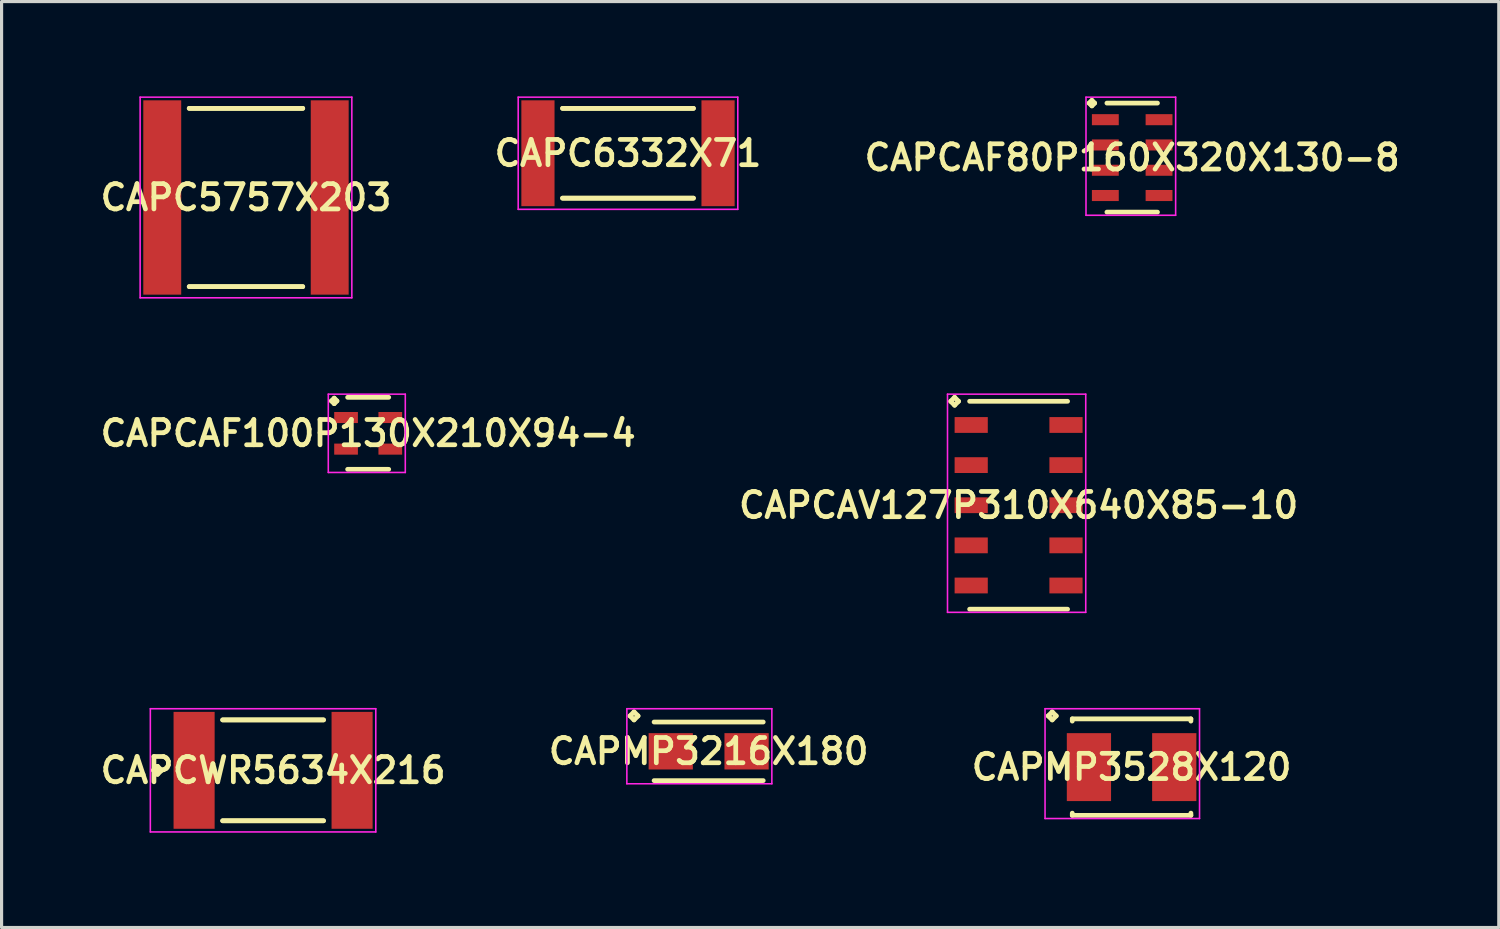
<source format=kicad_pcb>
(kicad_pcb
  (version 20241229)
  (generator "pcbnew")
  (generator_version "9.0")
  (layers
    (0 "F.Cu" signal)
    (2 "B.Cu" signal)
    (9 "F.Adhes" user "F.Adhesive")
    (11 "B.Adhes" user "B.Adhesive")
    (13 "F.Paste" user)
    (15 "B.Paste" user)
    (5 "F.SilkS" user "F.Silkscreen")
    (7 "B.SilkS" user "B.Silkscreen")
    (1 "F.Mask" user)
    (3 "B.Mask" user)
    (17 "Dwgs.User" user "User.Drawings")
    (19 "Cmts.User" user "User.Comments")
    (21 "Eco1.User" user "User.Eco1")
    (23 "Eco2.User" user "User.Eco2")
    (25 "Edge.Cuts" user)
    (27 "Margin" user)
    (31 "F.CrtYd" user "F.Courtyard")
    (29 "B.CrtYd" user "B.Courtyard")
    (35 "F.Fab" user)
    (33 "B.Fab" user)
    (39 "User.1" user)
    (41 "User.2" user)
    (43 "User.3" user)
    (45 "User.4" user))
  (footprint "CAPC5757X203"
    (layer "F.Cu")
    (at 4.735 3.2)
    (property "Reference" "CAPC5757X203" (at 0 0 0) (layer "F.SilkS") (effects (font (size 0.8 0.8) (thickness 0.15))))
    (attr smd)
    (fp_line (start -1.796 -2.821) (end 1.796 -2.821) (stroke (width 0.15) (type solid)) (layer "F.SilkS"))
    (fp_line (start -1.796 2.821) (end 1.796 2.821) (stroke (width 0.15) (type solid)) (layer "F.SilkS"))
    (fp_line (start 1.796 -2.821) (end -1.796 -2.821) (stroke (width 0.15) (type solid)) (layer "F.SilkS"))
    (fp_line (start 1.796 2.821) (end -1.796 2.821) (stroke (width 0.15) (type solid)) (layer "F.SilkS"))
    (fp_line (start -3.35 -3.175) (end 3.35 -3.175) (stroke (width 0.05) (type solid)) (layer "F.CrtYd"))
    (fp_line (start -3.35 3.175) (end -3.35 -3.175) (stroke (width 0.05) (type solid)) (layer "F.CrtYd"))
    (fp_line (start 3.35 -3.175) (end 3.35 3.175) (stroke (width 0.05) (type solid)) (layer "F.CrtYd"))
    (fp_line (start 3.35 3.175) (end -3.35 3.175) (stroke (width 0.05) (type solid)) (layer "F.CrtYd"))
    (pad "1" smd rect (at -2.65 0) (size 1.2 6.15) (layers "F.Cu" "F.Mask" "F.Paste"))
    (pad "2" smd rect (at 2.65 0) (size 1.2 6.15) (layers "F.Cu" "F.Mask" "F.Paste")))
  (footprint "CAPCAF100P130X210X94-4"
    (layer "F.Cu")
    (at 8.602 10.664)
    (property "Reference" "CAPCAF100P130X210X94-4" (at 0 0 0) (layer "F.SilkS") (effects (font (size 0.8 0.8) (thickness 0.15))))
    (attr smd)
    (fp_line (start -1.163 -1.025) (end -1.075 -1.113) (stroke (width 0.15) (type solid)) (layer "F.SilkS"))
    (fp_line (start -1.075 -1.113) (end -0.988 -1.025) (stroke (width 0.15) (type solid)) (layer "F.SilkS"))
    (fp_line (start -1.075 -0.938) (end -1.163 -1.025) (stroke (width 0.15) (type solid)) (layer "F.SilkS"))
    (fp_line (start -0.988 -1.025) (end -1.075 -0.938) (stroke (width 0.15) (type solid)) (layer "F.SilkS"))
    (fp_line (start -0.65 -1.139) (end 0.65 -1.139) (stroke (width 0.15) (type solid)) (layer "F.SilkS"))
    (fp_line (start -0.65 1.139) (end 0.65 1.139) (stroke (width 0.15) (type solid)) (layer "F.SilkS"))
    (fp_line (start -1.262 -1.239) (end 1.175 -1.239) (stroke (width 0.05) (type solid)) (layer "F.CrtYd"))
    (fp_line (start -1.262 1.239) (end -1.262 -1.239) (stroke (width 0.05) (type solid)) (layer "F.CrtYd"))
    (fp_line (start 1.175 -1.239) (end 1.175 1.239) (stroke (width 0.05) (type solid)) (layer "F.CrtYd"))
    (fp_line (start 1.175 1.239) (end -1.262 1.239) (stroke (width 0.05) (type solid)) (layer "F.CrtYd"))
    (pad "1" smd rect (at -0.7 -0.5) (size 0.75 0.35) (layers "F.Cu" "F.Mask" "F.Paste"))
    (pad "2" smd rect (at -0.7 0.5) (size 0.75 0.35) (layers "F.Cu" "F.Mask" "F.Paste"))
    (pad "3" smd rect (at 0.7 0.5) (size 0.75 0.35) (layers "F.Cu" "F.Mask" "F.Paste"))
    (pad "4" smd rect (at 0.7 -0.5) (size 0.75 0.35) (layers "F.Cu" "F.Mask" "F.Paste")))
  (footprint "CAPCWR5634X216"
    (layer "F.Cu")
    (at 5.593 21.33)
    (property "Reference" "CAPCWR5634X216" (at 0 0 0) (layer "F.SilkS") (effects (font (size 0.8 0.8) (thickness 0.15))))
    (attr smd)
    (fp_line (start -3.785 0) (end -3.658 -0.127) (stroke (width 0.15) (type solid)) (layer "F.SilkS"))
    (fp_line (start -3.658 -0.127) (end -3.531 0) (stroke (width 0.15) (type solid)) (layer "F.SilkS"))
    (fp_line (start -3.658 0.127) (end -3.785 0) (stroke (width 0.15) (type solid)) (layer "F.SilkS"))
    (fp_line (start -3.531 0) (end -3.658 0.127) (stroke (width 0.15) (type solid)) (layer "F.SilkS"))
    (fp_line (start -1.596 -1.596) (end 1.596 -1.596) (stroke (width 0.15) (type solid)) (layer "F.SilkS"))
    (fp_line (start -1.596 1.596) (end 1.596 1.596) (stroke (width 0.15) (type solid)) (layer "F.SilkS"))
    (fp_line (start 1.596 -1.596) (end -1.596 -1.596) (stroke (width 0.15) (type solid)) (layer "F.SilkS"))
    (fp_line (start 1.596 1.596) (end -1.596 1.596) (stroke (width 0.15) (type solid)) (layer "F.SilkS"))
    (fp_line (start -3.885 -1.95) (end 3.25 -1.95) (stroke (width 0.05) (type solid)) (layer "F.CrtYd"))
    (fp_line (start -3.885 1.95) (end -3.885 -1.95) (stroke (width 0.05) (type solid)) (layer "F.CrtYd"))
    (fp_line (start 3.25 -1.95) (end 3.25 1.95) (stroke (width 0.05) (type solid)) (layer "F.CrtYd"))
    (fp_line (start 3.25 1.95) (end -3.885 1.95) (stroke (width 0.05) (type solid)) (layer "F.CrtYd"))
    (pad "1" smd rect (at -2.5 0) (size 1.3 3.7) (layers "F.Cu" "F.Mask" "F.Paste"))
    (pad "2" smd rect (at 2.5 0) (size 1.3 3.7) (layers "F.Cu" "F.Mask" "F.Paste")))
  (footprint "CAPC6332X71"
    (layer "F.Cu")
    (at 16.825 1.8)
    (property "Reference" "CAPC6332X71" (at 0 0 0) (layer "F.SilkS") (effects (font (size 0.8 0.8) (thickness 0.15))))
    (attr smd)
    (fp_line (start -2.071 -1.421) (end 2.071 -1.421) (stroke (width 0.15) (type solid)) (layer "F.SilkS"))
    (fp_line (start -2.071 1.421) (end 2.071 1.421) (stroke (width 0.15) (type solid)) (layer "F.SilkS"))
    (fp_line (start 2.071 -1.421) (end -2.071 -1.421) (stroke (width 0.15) (type solid)) (layer "F.SilkS"))
    (fp_line (start 2.071 1.421) (end -2.071 1.421) (stroke (width 0.15) (type solid)) (layer "F.SilkS"))
    (fp_line (start -3.475 -1.775) (end 3.475 -1.775) (stroke (width 0.05) (type solid)) (layer "F.CrtYd"))
    (fp_line (start -3.475 1.775) (end -3.475 -1.775) (stroke (width 0.05) (type solid)) (layer "F.CrtYd"))
    (fp_line (start 3.475 -1.775) (end 3.475 1.775) (stroke (width 0.05) (type solid)) (layer "F.CrtYd"))
    (fp_line (start 3.475 1.775) (end -3.475 1.775) (stroke (width 0.05) (type solid)) (layer "F.CrtYd"))
    (pad "1" smd rect (at -2.85 0) (size 1.05 3.35) (layers "F.Cu" "F.Mask" "F.Paste"))
    (pad "2" smd rect (at 2.85 0) (size 1.05 3.35) (layers "F.Cu" "F.Mask" "F.Paste")))
  (footprint "CAPMP3528X120"
    (layer "F.Cu")
    (at 32.763 21.228)
    (property "Reference" "CAPMP3528X120" (at 0 0 0) (layer "F.SilkS") (effects (font (size 0.8 0.8) (thickness 0.15))))
    (attr smd)
    (fp_line (start -2.639 -1.621) (end -2.512 -1.748) (stroke (width 0.15) (type solid)) (layer "F.SilkS"))
    (fp_line (start -2.512 -1.748) (end -2.385 -1.621) (stroke (width 0.15) (type solid)) (layer "F.SilkS"))
    (fp_line (start -2.512 -1.494) (end -2.639 -1.621) (stroke (width 0.15) (type solid)) (layer "F.SilkS"))
    (fp_line (start -2.385 -1.621) (end -2.512 -1.494) (stroke (width 0.15) (type solid)) (layer "F.SilkS"))
    (fp_line (start -1.877 -1.527) (end 1.877 -1.527) (stroke (width 0.15) (type solid)) (layer "F.SilkS"))
    (fp_line (start -1.877 -1.456) (end -1.877 -1.527) (stroke (width 0.15) (type solid)) (layer "F.SilkS"))
    (fp_line (start -1.877 1.456) (end -1.877 1.527) (stroke (width 0.15) (type solid)) (layer "F.SilkS"))
    (fp_line (start -1.877 1.527) (end 1.877 1.527) (stroke (width 0.15) (type solid)) (layer "F.SilkS"))
    (fp_line (start 1.877 -1.527) (end 1.877 -1.456) (stroke (width 0.15) (type solid)) (layer "F.SilkS"))
    (fp_line (start 1.877 1.527) (end 1.877 1.456) (stroke (width 0.15) (type solid)) (layer "F.SilkS"))
    (fp_line (start -2.739 -1.848) (end 2.15 -1.848) (stroke (width 0.05) (type solid)) (layer "F.CrtYd"))
    (fp_line (start -2.739 1.627) (end -2.739 -1.848) (stroke (width 0.05) (type solid)) (layer "F.CrtYd"))
    (fp_line (start 2.15 -1.848) (end 2.15 1.627) (stroke (width 0.05) (type solid)) (layer "F.CrtYd"))
    (fp_line (start 2.15 1.627) (end -2.739 1.627) (stroke (width 0.05) (type solid)) (layer "F.CrtYd"))
    (pad "1" smd rect (at -1.35 0) (size 1.4 2.15) (layers "F.Cu" "F.Mask" "F.Paste"))
    (pad "2" smd rect (at 1.35 0) (size 1.4 2.15) (layers "F.Cu" "F.Mask" "F.Paste")))
  (footprint "CAPCAV127P310X640X85-10"
    (layer "F.Cu")
    (at 29.187 12.94)
    (property "Reference" "CAPCAV127P310X640X85-10" (at 0 0 0) (layer "F.SilkS") (effects (font (size 0.8 0.8) (thickness 0.15))))
    (attr smd)
    (fp_line (start -2.15 -3.29) (end -2.025 -3.415) (stroke (width 0.15) (type solid)) (layer "F.SilkS"))
    (fp_line (start -2.025 -3.415) (end -1.9 -3.29) (stroke (width 0.15) (type solid)) (layer "F.SilkS"))
    (fp_line (start -2.025 -3.165) (end -2.15 -3.29) (stroke (width 0.15) (type solid)) (layer "F.SilkS"))
    (fp_line (start -1.9 -3.29) (end -2.025 -3.165) (stroke (width 0.15) (type solid)) (layer "F.SilkS"))
    (fp_line (start -1.55 -3.29) (end 1.55 -3.29) (stroke (width 0.15) (type solid)) (layer "F.SilkS"))
    (fp_line (start -1.55 3.29) (end 1.55 3.29) (stroke (width 0.15) (type solid)) (layer "F.SilkS"))
    (fp_line (start -2.25 -3.515) (end 2.125 -3.515) (stroke (width 0.05) (type solid)) (layer "F.CrtYd"))
    (fp_line (start -2.25 3.39) (end -2.25 -3.515) (stroke (width 0.05) (type solid)) (layer "F.CrtYd"))
    (fp_line (start 2.125 -3.515) (end 2.125 3.39) (stroke (width 0.05) (type solid)) (layer "F.CrtYd"))
    (fp_line (start 2.125 3.39) (end -2.25 3.39) (stroke (width 0.05) (type solid)) (layer "F.CrtYd"))
    (pad "1" smd rect (at -1.5 -2.54) (size 1.05 0.5) (layers "F.Cu" "F.Mask" "F.Paste"))
    (pad "2" smd rect (at -1.5 -1.27) (size 1.05 0.5) (layers "F.Cu" "F.Mask" "F.Paste"))
    (pad "3" smd rect (at -1.5 0) (size 1.05 0.5) (layers "F.Cu" "F.Mask" "F.Paste"))
    (pad "4" smd rect (at -1.5 1.27) (size 1.05 0.5) (layers "F.Cu" "F.Mask" "F.Paste"))
    (pad "5" smd rect (at -1.5 2.54) (size 1.05 0.5) (layers "F.Cu" "F.Mask" "F.Paste"))
    (pad "6" smd rect (at 1.5 2.54) (size 1.05 0.5) (layers "F.Cu" "F.Mask" "F.Paste"))
    (pad "7" smd rect (at 1.5 1.27) (size 1.05 0.5) (layers "F.Cu" "F.Mask" "F.Paste"))
    (pad "8" smd rect (at 1.5 0) (size 1.05 0.5) (layers "F.Cu" "F.Mask" "F.Paste"))
    (pad "9" smd rect (at 1.5 -1.27) (size 1.05 0.5) (layers "F.Cu" "F.Mask" "F.Paste"))
    (pad "10" smd rect (at 1.5 -2.54) (size 1.05 0.5) (layers "F.Cu" "F.Mask" "F.Paste")))
  (footprint "CAPMP3216X180"
    (layer "F.Cu")
    (at 19.378 20.728)
    (property "Reference" "CAPMP3216X180" (at 0 0 0) (layer "F.SilkS") (effects (font (size 0.8 0.8) (thickness 0.15))))
    (attr smd)
    (fp_line (start -2.489 -1.121) (end -2.362 -1.248) (stroke (width 0.15) (type solid)) (layer "F.SilkS"))
    (fp_line (start -2.362 -1.248) (end -2.235 -1.121) (stroke (width 0.15) (type solid)) (layer "F.SilkS"))
    (fp_line (start -2.362 -0.994) (end -2.489 -1.121) (stroke (width 0.15) (type solid)) (layer "F.SilkS"))
    (fp_line (start -2.235 -1.121) (end -2.362 -0.994) (stroke (width 0.15) (type solid)) (layer "F.SilkS"))
    (fp_line (start -1.727 -0.927) (end 1.727 -0.927) (stroke (width 0.15) (type solid)) (layer "F.SilkS"))
    (fp_line (start -1.727 0.927) (end 1.727 0.927) (stroke (width 0.15) (type solid)) (layer "F.SilkS"))
    (fp_line (start -2.589 -1.348) (end 2 -1.348) (stroke (width 0.05) (type solid)) (layer "F.CrtYd"))
    (fp_line (start -2.589 1.027) (end -2.589 -1.348) (stroke (width 0.05) (type solid)) (layer "F.CrtYd"))
    (fp_line (start 2 -1.348) (end 2 1.027) (stroke (width 0.05) (type solid)) (layer "F.CrtYd"))
    (fp_line (start 2 1.027) (end -2.589 1.027) (stroke (width 0.05) (type solid)) (layer "F.CrtYd"))
    (pad "1" smd rect (at -1.2 0) (size 1.4 1.15) (layers "F.Cu" "F.Mask" "F.Paste"))
    (pad "2" smd rect (at 1.2 0) (size 1.4 1.15) (layers "F.Cu" "F.Mask" "F.Paste")))
  (footprint "CAPCAF80P160X320X130-8"
    (layer "F.Cu")
    (at 32.782 1.938)
    (property "Reference" "CAPCAF80P160X320X130-8" (at 0 0 0) (layer "F.SilkS") (effects (font (size 0.8 0.8) (thickness 0.15))))
    (attr smd)
    (fp_line (start -1.363 -1.725) (end -1.275 -1.812) (stroke (width 0.15) (type solid)) (layer "F.SilkS"))
    (fp_line (start -1.275 -1.812) (end -1.188 -1.725) (stroke (width 0.15) (type solid)) (layer "F.SilkS"))
    (fp_line (start -1.275 -1.637) (end -1.363 -1.725) (stroke (width 0.15) (type solid)) (layer "F.SilkS"))
    (fp_line (start -1.188 -1.725) (end -1.275 -1.637) (stroke (width 0.15) (type solid)) (layer "F.SilkS"))
    (fp_line (start -0.8 -1.725) (end 0.8 -1.725) (stroke (width 0.15) (type solid)) (layer "F.SilkS"))
    (fp_line (start -0.8 1.725) (end 0.8 1.725) (stroke (width 0.15) (type solid)) (layer "F.SilkS"))
    (fp_line (start -1.462 -1.913) (end 1.375 -1.913) (stroke (width 0.05) (type solid)) (layer "F.CrtYd"))
    (fp_line (start -1.462 1.825) (end -1.462 -1.913) (stroke (width 0.05) (type solid)) (layer "F.CrtYd"))
    (fp_line (start 1.375 -1.913) (end 1.375 1.825) (stroke (width 0.05) (type solid)) (layer "F.CrtYd"))
    (fp_line (start 1.375 1.825) (end -1.462 1.825) (stroke (width 0.05) (type solid)) (layer "F.CrtYd"))
    (pad "1" smd rect (at -0.85 -1.2) (size 0.85 0.35) (layers "F.Cu" "F.Mask" "F.Paste"))
    (pad "2" smd rect (at -0.85 -0.4) (size 0.85 0.35) (layers "F.Cu" "F.Mask" "F.Paste"))
    (pad "3" smd rect (at -0.85 0.4) (size 0.85 0.35) (layers "F.Cu" "F.Mask" "F.Paste"))
    (pad "4" smd rect (at -0.85 1.2) (size 0.85 0.35) (layers "F.Cu" "F.Mask" "F.Paste"))
    (pad "5" smd rect (at 0.85 1.2) (size 0.85 0.35) (layers "F.Cu" "F.Mask" "F.Paste"))
    (pad "6" smd rect (at 0.85 0.4) (size 0.85 0.35) (layers "F.Cu" "F.Mask" "F.Paste"))
    (pad "7" smd rect (at 0.85 -0.4) (size 0.85 0.35) (layers "F.Cu" "F.Mask" "F.Paste"))
    (pad "8" smd rect (at 0.85 -1.2) (size 0.85 0.35) (layers "F.Cu" "F.Mask" "F.Paste")))
  (gr_rect
    (start -3 -3)
    (end 44.384 26.305)
    (stroke (width 0.1) (type default))
    (fill no)
    (layer "Edge.Cuts")))
</source>
